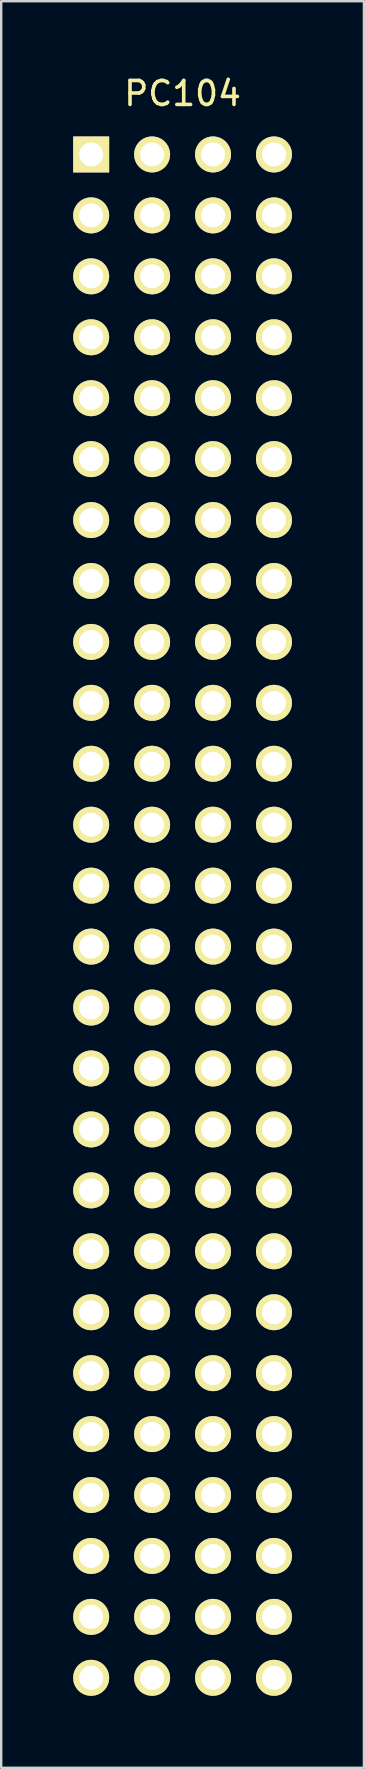
<source format=kicad_pcb>
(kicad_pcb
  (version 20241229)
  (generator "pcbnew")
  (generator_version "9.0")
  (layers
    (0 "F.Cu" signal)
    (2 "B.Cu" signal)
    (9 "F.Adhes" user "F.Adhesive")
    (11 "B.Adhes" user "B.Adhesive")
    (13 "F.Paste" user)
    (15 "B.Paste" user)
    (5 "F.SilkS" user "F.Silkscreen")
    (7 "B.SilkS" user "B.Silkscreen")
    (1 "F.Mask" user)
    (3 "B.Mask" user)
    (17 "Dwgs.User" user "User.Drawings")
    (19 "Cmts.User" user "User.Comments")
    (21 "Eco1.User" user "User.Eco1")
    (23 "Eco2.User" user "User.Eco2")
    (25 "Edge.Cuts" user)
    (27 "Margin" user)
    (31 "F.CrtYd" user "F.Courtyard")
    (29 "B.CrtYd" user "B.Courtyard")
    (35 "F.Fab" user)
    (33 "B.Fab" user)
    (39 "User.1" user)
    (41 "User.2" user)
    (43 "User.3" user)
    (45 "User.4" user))
  (footprint "PC104"
    (layer "F.Cu")
    (at 4.56 35.138)
    (property "Reference" "PC104" (at 0 -34.29 0) (layer "F.SilkS") (effects (font (size 1 1) (thickness 0.15))))
    (attr through_hole)
    (pad "1A" thru_hole rect (at -3.81 -31.75) (size 1.5 1.5) (drill 1) (layers "*.Cu" "*.Mask" "F.SilkS"))
    (pad "1B" thru_hole circle (at -1.27 -31.75) (size 1.5 1.5) (drill 1) (layers "*.Cu" "*.Mask" "F.SilkS"))
    (pad "1C" thru_hole circle (at 1.27 -31.75) (size 1.5 1.5) (drill 1) (layers "*.Cu" "*.Mask" "F.SilkS"))
    (pad "1D" thru_hole circle (at 3.81 -31.75) (size 1.5 1.5) (drill 1) (layers "*.Cu" "*.Mask" "F.SilkS"))
    (pad "2A" thru_hole circle (at -3.81 -29.21) (size 1.5 1.5) (drill 1) (layers "*.Cu" "*.Mask" "F.SilkS"))
    (pad "2B" thru_hole circle (at -1.27 -29.21) (size 1.5 1.5) (drill 1) (layers "*.Cu" "*.Mask" "F.SilkS"))
    (pad "2C" thru_hole circle (at 1.27 -29.21) (size 1.5 1.5) (drill 1) (layers "*.Cu" "*.Mask" "F.SilkS"))
    (pad "2D" thru_hole circle (at 3.81 -29.21) (size 1.5 1.5) (drill 1) (layers "*.Cu" "*.Mask" "F.SilkS"))
    (pad "3A" thru_hole circle (at -3.81 -26.67) (size 1.5 1.5) (drill 1) (layers "*.Cu" "*.Mask" "F.SilkS"))
    (pad "3B" thru_hole circle (at -1.27 -26.67) (size 1.5 1.5) (drill 1) (layers "*.Cu" "*.Mask" "F.SilkS"))
    (pad "3C" thru_hole circle (at 1.27 -26.67) (size 1.5 1.5) (drill 1) (layers "*.Cu" "*.Mask" "F.SilkS"))
    (pad "3D" thru_hole circle (at 3.81 -26.67) (size 1.5 1.5) (drill 1) (layers "*.Cu" "*.Mask" "F.SilkS"))
    (pad "4A" thru_hole circle (at -3.81 -24.13) (size 1.5 1.5) (drill 1) (layers "*.Cu" "*.Mask" "F.SilkS"))
    (pad "4B" thru_hole circle (at -1.27 -24.13) (size 1.5 1.5) (drill 1) (layers "*.Cu" "*.Mask" "F.SilkS"))
    (pad "4C" thru_hole circle (at 1.27 -24.13) (size 1.5 1.5) (drill 1) (layers "*.Cu" "*.Mask" "F.SilkS"))
    (pad "4D" thru_hole circle (at 3.81 -24.13) (size 1.5 1.5) (drill 1) (layers "*.Cu" "*.Mask" "F.SilkS"))
    (pad "5A" thru_hole circle (at -3.81 -21.59) (size 1.5 1.5) (drill 1) (layers "*.Cu" "*.Mask" "F.SilkS"))
    (pad "5B" thru_hole circle (at -1.27 -21.59) (size 1.5 1.5) (drill 1) (layers "*.Cu" "*.Mask" "F.SilkS"))
    (pad "5C" thru_hole circle (at 1.27 -21.59) (size 1.5 1.5) (drill 1) (layers "*.Cu" "*.Mask" "F.SilkS"))
    (pad "5D" thru_hole circle (at 3.81 -21.59) (size 1.5 1.5) (drill 1) (layers "*.Cu" "*.Mask" "F.SilkS"))
    (pad "6A" thru_hole circle (at -3.81 -19.05) (size 1.5 1.5) (drill 1) (layers "*.Cu" "*.Mask" "F.SilkS"))
    (pad "6B" thru_hole circle (at -1.27 -19.05) (size 1.5 1.5) (drill 1) (layers "*.Cu" "*.Mask" "F.SilkS"))
    (pad "6C" thru_hole circle (at 1.27 -19.05) (size 1.5 1.5) (drill 1) (layers "*.Cu" "*.Mask" "F.SilkS"))
    (pad "6D" thru_hole circle (at 3.81 -19.05) (size 1.5 1.5) (drill 1) (layers "*.Cu" "*.Mask" "F.SilkS"))
    (pad "7A" thru_hole circle (at -3.81 -16.51) (size 1.5 1.5) (drill 1) (layers "*.Cu" "*.Mask" "F.SilkS"))
    (pad "7B" thru_hole circle (at -1.27 -16.51) (size 1.5 1.5) (drill 1) (layers "*.Cu" "*.Mask" "F.SilkS"))
    (pad "7C" thru_hole circle (at 1.27 -16.51) (size 1.5 1.5) (drill 1) (layers "*.Cu" "*.Mask" "F.SilkS"))
    (pad "7D" thru_hole circle (at 3.81 -16.51) (size 1.5 1.5) (drill 1) (layers "*.Cu" "*.Mask" "F.SilkS"))
    (pad "8A" thru_hole circle (at -3.81 -13.97) (size 1.5 1.5) (drill 1) (layers "*.Cu" "*.Mask" "F.SilkS"))
    (pad "8B" thru_hole circle (at -1.27 -13.97) (size 1.5 1.5) (drill 1) (layers "*.Cu" "*.Mask" "F.SilkS"))
    (pad "8C" thru_hole circle (at 1.27 -13.97) (size 1.5 1.5) (drill 1) (layers "*.Cu" "*.Mask" "F.SilkS"))
    (pad "8D" thru_hole circle (at 3.81 -13.97) (size 1.5 1.5) (drill 1) (layers "*.Cu" "*.Mask" "F.SilkS"))
    (pad "9A" thru_hole circle (at -3.81 -11.43) (size 1.5 1.5) (drill 1) (layers "*.Cu" "*.Mask" "F.SilkS"))
    (pad "9B" thru_hole circle (at -1.27 -11.43) (size 1.5 1.5) (drill 1) (layers "*.Cu" "*.Mask" "F.SilkS"))
    (pad "9C" thru_hole circle (at 1.27 -11.43) (size 1.5 1.5) (drill 1) (layers "*.Cu" "*.Mask" "F.SilkS"))
    (pad "9D" thru_hole circle (at 3.81 -11.43) (size 1.5 1.5) (drill 1) (layers "*.Cu" "*.Mask" "F.SilkS"))
    (pad "10A" thru_hole circle (at -3.81 -8.89) (size 1.5 1.5) (drill 1) (layers "*.Cu" "*.Mask" "F.SilkS"))
    (pad "10B" thru_hole circle (at -1.27 -8.89) (size 1.5 1.5) (drill 1) (layers "*.Cu" "*.Mask" "F.SilkS"))
    (pad "10C" thru_hole circle (at 1.27 -8.89) (size 1.5 1.5) (drill 1) (layers "*.Cu" "*.Mask" "F.SilkS"))
    (pad "10D" thru_hole circle (at 3.81 -8.89) (size 1.5 1.5) (drill 1) (layers "*.Cu" "*.Mask" "F.SilkS"))
    (pad "11A" thru_hole circle (at -3.81 -6.35) (size 1.5 1.5) (drill 1) (layers "*.Cu" "*.Mask" "F.SilkS"))
    (pad "11B" thru_hole circle (at -1.27 -6.35) (size 1.5 1.5) (drill 1) (layers "*.Cu" "*.Mask" "F.SilkS"))
    (pad "11C" thru_hole circle (at 1.27 -6.35) (size 1.5 1.5) (drill 1) (layers "*.Cu" "*.Mask" "F.SilkS"))
    (pad "11D" thru_hole circle (at 3.81 -6.35) (size 1.5 1.5) (drill 1) (layers "*.Cu" "*.Mask" "F.SilkS"))
    (pad "12A" thru_hole circle (at -3.81 -3.81) (size 1.5 1.5) (drill 1) (layers "*.Cu" "*.Mask" "F.SilkS"))
    (pad "12B" thru_hole circle (at -1.27 -3.81) (size 1.5 1.5) (drill 1) (layers "*.Cu" "*.Mask" "F.SilkS"))
    (pad "12C" thru_hole circle (at 1.27 -3.81) (size 1.5 1.5) (drill 1) (layers "*.Cu" "*.Mask" "F.SilkS"))
    (pad "12D" thru_hole circle (at 3.81 -3.81) (size 1.5 1.5) (drill 1) (layers "*.Cu" "*.Mask" "F.SilkS"))
    (pad "13A" thru_hole circle (at -3.81 -1.27) (size 1.5 1.5) (drill 1) (layers "*.Cu" "*.Mask" "F.SilkS"))
    (pad "13B" thru_hole circle (at -1.27 -1.27) (size 1.5 1.5) (drill 1) (layers "*.Cu" "*.Mask" "F.SilkS"))
    (pad "13C" thru_hole circle (at 1.27 -1.27) (size 1.5 1.5) (drill 1) (layers "*.Cu" "*.Mask" "F.SilkS"))
    (pad "13D" thru_hole circle (at 3.81 -1.27) (size 1.5 1.5) (drill 1) (layers "*.Cu" "*.Mask" "F.SilkS"))
    (pad "14A" thru_hole circle (at -3.81 1.27) (size 1.5 1.5) (drill 1) (layers "*.Cu" "*.Mask" "F.SilkS"))
    (pad "14B" thru_hole circle (at -1.27 1.27) (size 1.5 1.5) (drill 1) (layers "*.Cu" "*.Mask" "F.SilkS"))
    (pad "14C" thru_hole circle (at 1.27 1.27) (size 1.5 1.5) (drill 1) (layers "*.Cu" "*.Mask" "F.SilkS"))
    (pad "14D" thru_hole circle (at 3.81 1.27) (size 1.5 1.5) (drill 1) (layers "*.Cu" "*.Mask" "F.SilkS"))
    (pad "15A" thru_hole circle (at -3.81 3.81) (size 1.5 1.5) (drill 1) (layers "*.Cu" "*.Mask" "F.SilkS"))
    (pad "15B" thru_hole circle (at -1.27 3.81) (size 1.5 1.5) (drill 1) (layers "*.Cu" "*.Mask" "F.SilkS"))
    (pad "15C" thru_hole circle (at 1.27 3.81) (size 1.5 1.5) (drill 1) (layers "*.Cu" "*.Mask" "F.SilkS"))
    (pad "15D" thru_hole circle (at 3.81 3.81) (size 1.5 1.5) (drill 1) (layers "*.Cu" "*.Mask" "F.SilkS"))
    (pad "16A" thru_hole circle (at -3.81 6.35) (size 1.5 1.5) (drill 1) (layers "*.Cu" "*.Mask" "F.SilkS"))
    (pad "16B" thru_hole circle (at -1.27 6.35) (size 1.5 1.5) (drill 1) (layers "*.Cu" "*.Mask" "F.SilkS"))
    (pad "16C" thru_hole circle (at 1.27 6.35) (size 1.5 1.5) (drill 1) (layers "*.Cu" "*.Mask" "F.SilkS"))
    (pad "16D" thru_hole circle (at 3.81 6.35) (size 1.5 1.5) (drill 1) (layers "*.Cu" "*.Mask" "F.SilkS"))
    (pad "17A" thru_hole circle (at -3.81 8.89) (size 1.5 1.5) (drill 1) (layers "*.Cu" "*.Mask" "F.SilkS"))
    (pad "17B" thru_hole circle (at -1.27 8.89) (size 1.5 1.5) (drill 1) (layers "*.Cu" "*.Mask" "F.SilkS"))
    (pad "17C" thru_hole circle (at 1.27 8.89) (size 1.5 1.5) (drill 1) (layers "*.Cu" "*.Mask" "F.SilkS"))
    (pad "17D" thru_hole circle (at 3.81 8.89) (size 1.5 1.5) (drill 1) (layers "*.Cu" "*.Mask" "F.SilkS"))
    (pad "18A" thru_hole circle (at -3.81 11.43) (size 1.5 1.5) (drill 1) (layers "*.Cu" "*.Mask" "F.SilkS"))
    (pad "18B" thru_hole circle (at -1.27 11.43) (size 1.5 1.5) (drill 1) (layers "*.Cu" "*.Mask" "F.SilkS"))
    (pad "18C" thru_hole circle (at 1.27 11.43) (size 1.5 1.5) (drill 1) (layers "*.Cu" "*.Mask" "F.SilkS"))
    (pad "18D" thru_hole circle (at 3.81 11.43) (size 1.5 1.5) (drill 1) (layers "*.Cu" "*.Mask" "F.SilkS"))
    (pad "19A" thru_hole circle (at -3.81 13.97) (size 1.5 1.5) (drill 1) (layers "*.Cu" "*.Mask" "F.SilkS"))
    (pad "19B" thru_hole circle (at -1.27 13.97) (size 1.5 1.5) (drill 1) (layers "*.Cu" "*.Mask" "F.SilkS"))
    (pad "19C" thru_hole circle (at 1.27 13.97) (size 1.5 1.5) (drill 1) (layers "*.Cu" "*.Mask" "F.SilkS"))
    (pad "19D" thru_hole circle (at 3.81 13.97) (size 1.5 1.5) (drill 1) (layers "*.Cu" "*.Mask" "F.SilkS"))
    (pad "20A" thru_hole circle (at -3.81 16.51) (size 1.5 1.5) (drill 1) (layers "*.Cu" "*.Mask" "F.SilkS"))
    (pad "20B" thru_hole circle (at -1.27 16.51) (size 1.5 1.5) (drill 1) (layers "*.Cu" "*.Mask" "F.SilkS"))
    (pad "20C" thru_hole circle (at 1.27 16.51) (size 1.5 1.5) (drill 1) (layers "*.Cu" "*.Mask" "F.SilkS"))
    (pad "20D" thru_hole circle (at 3.81 16.51) (size 1.5 1.5) (drill 1) (layers "*.Cu" "*.Mask" "F.SilkS"))
    (pad "21A" thru_hole circle (at -3.81 19.05) (size 1.5 1.5) (drill 1) (layers "*.Cu" "*.Mask" "F.SilkS"))
    (pad "21B" thru_hole circle (at -1.27 19.05) (size 1.5 1.5) (drill 1) (layers "*.Cu" "*.Mask" "F.SilkS"))
    (pad "21C" thru_hole circle (at 1.27 19.05) (size 1.5 1.5) (drill 1) (layers "*.Cu" "*.Mask" "F.SilkS"))
    (pad "21D" thru_hole circle (at 3.81 19.05) (size 1.5 1.5) (drill 1) (layers "*.Cu" "*.Mask" "F.SilkS"))
    (pad "22A" thru_hole circle (at -3.81 21.59) (size 1.5 1.5) (drill 1) (layers "*.Cu" "*.Mask" "F.SilkS"))
    (pad "22B" thru_hole circle (at -1.27 21.59) (size 1.5 1.5) (drill 1) (layers "*.Cu" "*.Mask" "F.SilkS"))
    (pad "22C" thru_hole circle (at 1.27 21.59) (size 1.5 1.5) (drill 1) (layers "*.Cu" "*.Mask" "F.SilkS"))
    (pad "22D" thru_hole circle (at 3.81 21.59) (size 1.5 1.5) (drill 1) (layers "*.Cu" "*.Mask" "F.SilkS"))
    (pad "23A" thru_hole circle (at -3.81 24.13) (size 1.5 1.5) (drill 1) (layers "*.Cu" "*.Mask" "F.SilkS"))
    (pad "23B" thru_hole circle (at -1.27 24.13) (size 1.5 1.5) (drill 1) (layers "*.Cu" "*.Mask" "F.SilkS"))
    (pad "23C" thru_hole circle (at 1.27 24.13) (size 1.5 1.5) (drill 1) (layers "*.Cu" "*.Mask" "F.SilkS"))
    (pad "23D" thru_hole circle (at 3.81 24.13) (size 1.5 1.5) (drill 1) (layers "*.Cu" "*.Mask" "F.SilkS"))
    (pad "24A" thru_hole circle (at -3.81 26.67) (size 1.5 1.5) (drill 1) (layers "*.Cu" "*.Mask" "F.SilkS"))
    (pad "24B" thru_hole circle (at -1.27 26.67) (size 1.5 1.5) (drill 1) (layers "*.Cu" "*.Mask" "F.SilkS"))
    (pad "24C" thru_hole circle (at 1.27 26.67) (size 1.5 1.5) (drill 1) (layers "*.Cu" "*.Mask" "F.SilkS"))
    (pad "24D" thru_hole circle (at 3.81 26.67) (size 1.5 1.5) (drill 1) (layers "*.Cu" "*.Mask" "F.SilkS"))
    (pad "25A" thru_hole circle (at -3.81 29.21) (size 1.5 1.5) (drill 1) (layers "*.Cu" "*.Mask" "F.SilkS"))
    (pad "25B" thru_hole circle (at -1.27 29.21) (size 1.5 1.5) (drill 1) (layers "*.Cu" "*.Mask" "F.SilkS"))
    (pad "25C" thru_hole circle (at 1.27 29.21) (size 1.5 1.5) (drill 1) (layers "*.Cu" "*.Mask" "F.SilkS"))
    (pad "25D" thru_hole circle (at 3.81 29.21) (size 1.5 1.5) (drill 1) (layers "*.Cu" "*.Mask" "F.SilkS"))
    (pad "26A" thru_hole circle (at -3.81 31.75) (size 1.5 1.5) (drill 1) (layers "*.Cu" "*.Mask" "F.SilkS"))
    (pad "26B" thru_hole circle (at -1.27 31.75) (size 1.5 1.5) (drill 1) (layers "*.Cu" "*.Mask" "F.SilkS"))
    (pad "26C" thru_hole circle (at 1.27 31.75) (size 1.5 1.5) (drill 1) (layers "*.Cu" "*.Mask" "F.SilkS"))
    (pad "26D" thru_hole circle (at 3.81 31.75) (size 1.5 1.5) (drill 1) (layers "*.Cu" "*.Mask" "F.SilkS")))
  (gr_rect
    (start -3 -3)
    (end 12.12 70.638)
    (stroke (width 0.1) (type default))
    (fill no)
    (layer "Edge.Cuts")))
</source>
